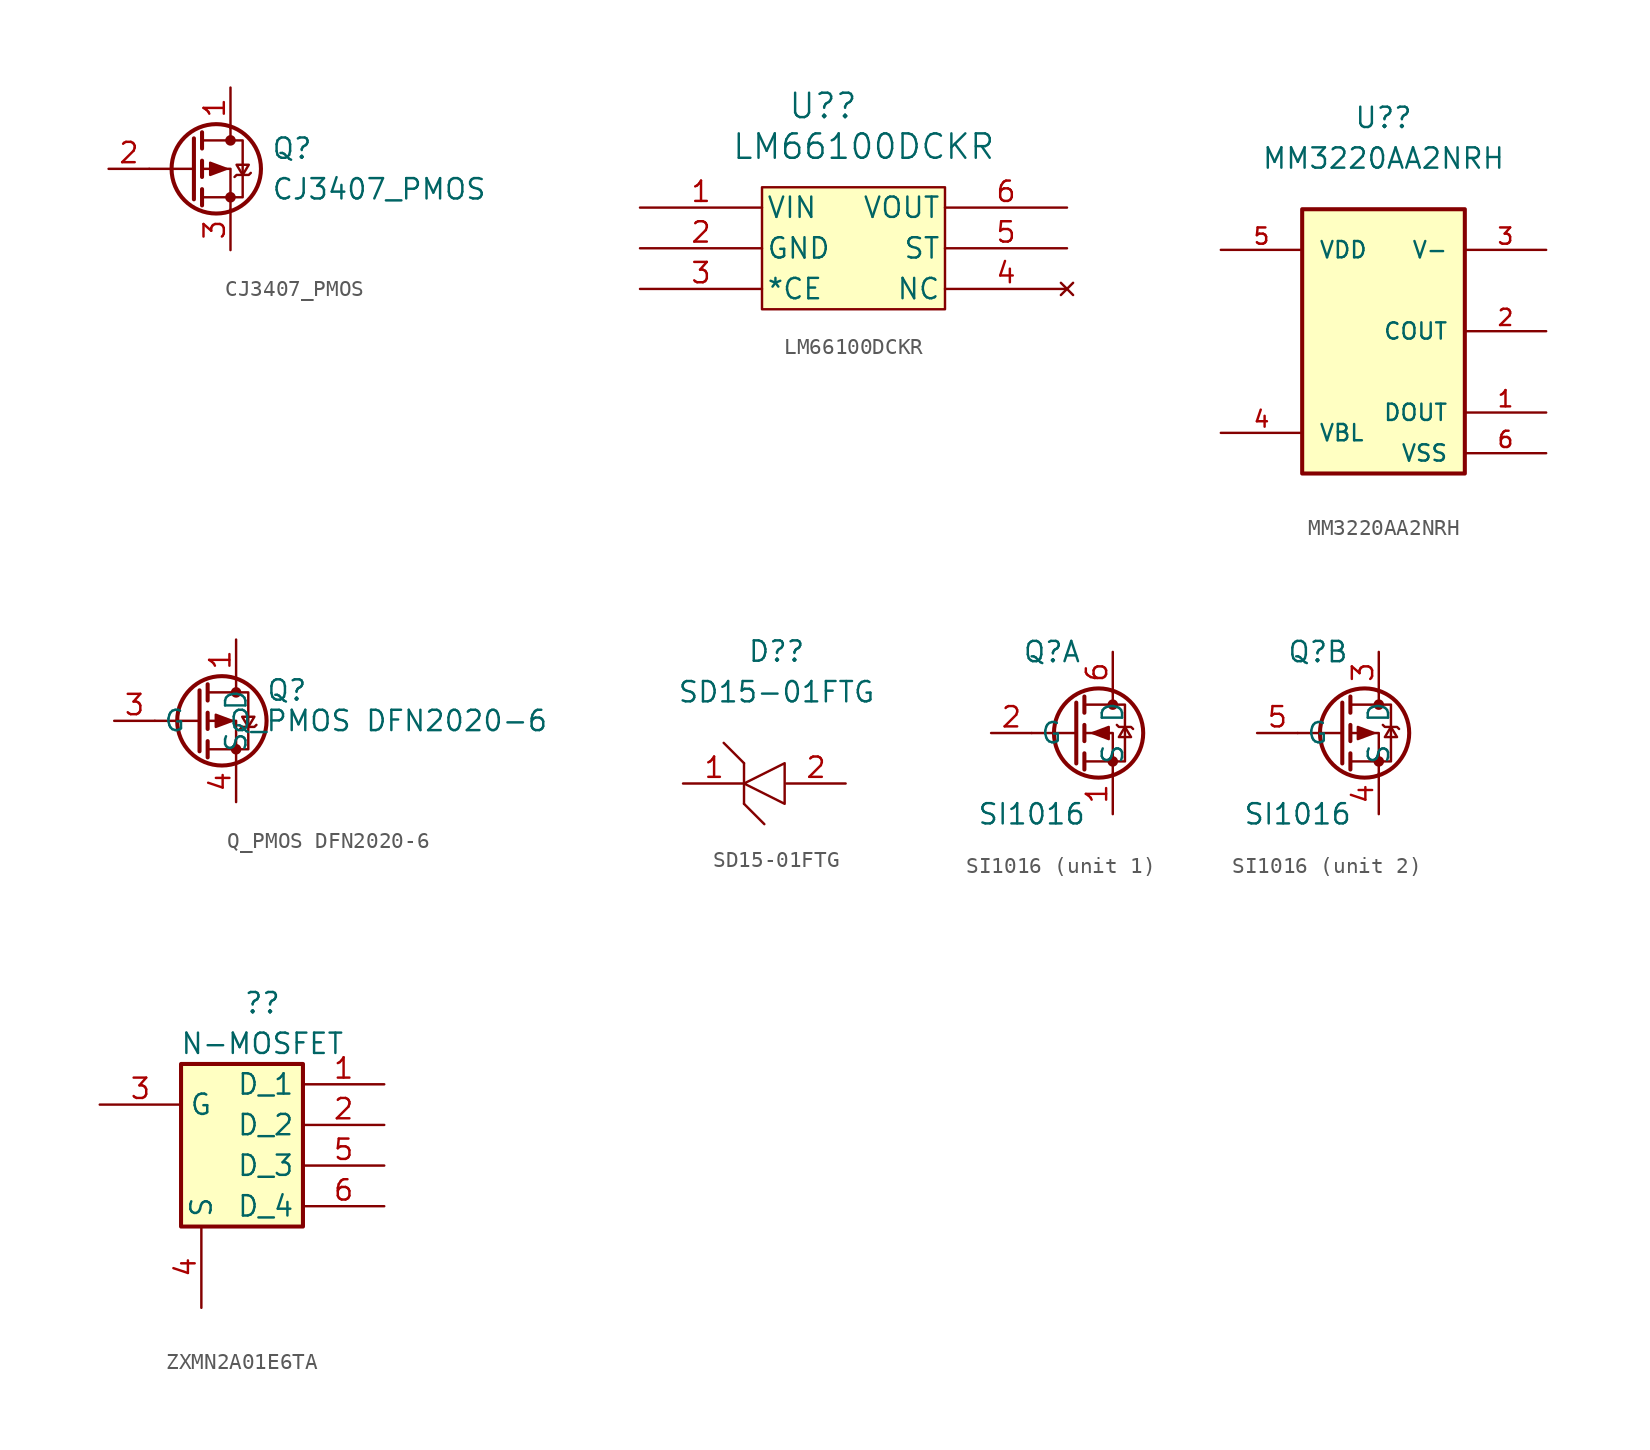
<source format=kicad_sym>
(kicad_symbol_lib
  (version 20211014)
  (generator kicad_symbol_editor)
  (symbol "CJ3407_PMOS"
    (pin_names
      (offset 0) hide)
    (property "Reference" "Q"
      (at 5.08 1.27 0)
      (effects (font (size 1.27 1.27)) (justify left)))
    (property "Value" "CJ3407_PMOS"
      (at 5.08 -1.27 0)
      (effects (font (size 1.27 1.27)) (justify left)))
    (symbol "CJ3407_PMOS_0_1"
      (polyline (pts (xy 0.254 0) (xy -2.54 0)) (stroke (width 0) (type default) (color 0 0 0 0)) (fill (type none)))
      (polyline (pts (xy 0.254 1.905) (xy 0.254 -1.905)) (stroke (width 0.254) (type default) (color 0 0 0 0)) (fill (type none)))
      (polyline (pts (xy 0.762 -1.27) (xy 0.762 -2.286)) (stroke (width 0.254) (type default) (color 0 0 0 0)) (fill (type none)))
      (polyline (pts (xy 0.762 0.508) (xy 0.762 -0.508)) (stroke (width 0.254) (type default) (color 0 0 0 0)) (fill (type none)))
      (polyline (pts (xy 0.762 2.286) (xy 0.762 1.27)) (stroke (width 0.254) (type default) (color 0 0 0 0)) (fill (type none)))
      (polyline (pts (xy 2.54 2.54) (xy 2.54 1.778)) (stroke (width 0) (type default) (color 0 0 0 0)) (fill (type none)))
      (polyline (pts (xy 2.54 -2.54) (xy 2.54 0) (xy 0.762 0)) (stroke (width 0) (type default) (color 0 0 0 0)) (fill (type none)))
      (polyline (pts (xy 0.762 1.778) (xy 3.302 1.778) (xy 3.302 -1.778) (xy 0.762 -1.778)) (stroke (width 0) (type default) (color 0 0 0 0)) (fill (type none)))
      (polyline (pts (xy 2.286 0) (xy 1.27 0.381) (xy 1.27 -0.381) (xy 2.286 0)) (stroke (width 0) (type default) (color 0 0 0 0)) (fill (type outline)))
      (polyline (pts (xy 2.794 -0.508) (xy 2.921 -0.381) (xy 3.683 -0.381) (xy 3.81 -0.254)) (stroke (width 0) (type default) (color 0 0 0 0)) (fill (type none)))
      (polyline (pts (xy 3.302 -0.381) (xy 2.921 0.254) (xy 3.683 0.254) (xy 3.302 -0.381)) (stroke (width 0) (type default) (color 0 0 0 0)) (fill (type none)))
      (circle (center 1.651 0) (radius 2.794) (stroke (width 0.254) (type default) (color 0 0 0 0)) (fill (type none)))
      (circle (center 2.54 -1.778) (radius 0.254) (stroke (width 0) (type default) (color 0 0 0 0)) (fill (type outline)))
      (circle (center 2.54 1.778) (radius 0.254) (stroke (width 0) (type default) (color 0 0 0 0)) (fill (type outline))))
    (symbol "CJ3407_PMOS_1_1"
      (pin passive line (at 2.54 5.08 270) (length 2.54) (name "D" (effects (font (size 1.27 1.27)))) (number "1" (effects (font (size 1.27 1.27)))))
      (pin input line (at -5.08 0 0) (length 2.54) (name "G" (effects (font (size 1.27 1.27)))) (number "2" (effects (font (size 1.27 1.27)))))
      (pin passive line (at 2.54 -5.08 90) (length 2.54) (name "S" (effects (font (size 1.27 1.27)))) (number "3" (effects (font (size 1.27 1.27)))))))
  (symbol "LM66100DCKR"
    (pin_names
      (offset 0.254))
    (property "Reference" "U?"
      (at -2.54 8.89 0)
      (effects (font (size 1.524 1.524))))
    (property "Value" "LM66100DCKR"
      (at 0 6.35 0)
      (effects (font (size 1.524 1.524))))
    (property "ki_locked" ""
      (at 0 0 0)
      (effects (font (size 1.27 1.27))))
    (symbol "LM66100DCKR_0_1"
      (rectangle (start -6.35 3.81) (end 5.08 -3.81) (stroke (width 0) (type default) (color 0 0 0 0)) (fill (type background)))
      (pin input line (at -13.97 2.54 0) (length 7.62) (name "VIN" (effects (font (size 1.27 1.27)))) (number "1" (effects (font (size 1.27 1.27)))))
      (pin power_in line (at -13.97 0 0) (length 7.62) (name "GND" (effects (font (size 1.27 1.27)))) (number "2" (effects (font (size 1.27 1.27)))))
      (pin input line (at -13.97 -2.54 0) (length 7.62) (name "*CE" (effects (font (size 1.27 1.27)))) (number "3" (effects (font (size 1.27 1.27)))))
      (pin no_connect line (at 12.7 -2.54 180) (length 7.62) (name "NC" (effects (font (size 1.27 1.27)))) (number "4" (effects (font (size 1.27 1.27)))))
      (pin output line (at 12.7 0 180) (length 7.62) (name "ST" (effects (font (size 1.27 1.27)))) (number "5" (effects (font (size 1.27 1.27)))))
      (pin output line (at 12.7 2.54 180) (length 7.62) (name "VOUT" (effects (font (size 1.27 1.27)))) (number "6" (effects (font (size 1.27 1.27)))))))
  (symbol "MM3220AA2NRH"
    (pin_names
      (offset 1.016))
    (property "Reference" "U?"
      (at 0 13.335 0)
      (effects (font (size 1.27 1.27))))
    (property "Value" "MM3220AA2NRH"
      (at 0 10.795 0)
      (effects (font (size 1.27 1.27))))
    (symbol "MM3220AA2NRH_0_0"
      (rectangle (start -5.08 7.62) (end 5.08 -8.89) (stroke (width 0.254) (type default) (color 0 0 0 0)) (fill (type background)))
      (pin output line (at 10.16 -5.08 180) (length 5.08) (name "DOUT" (effects (font (size 1.016 1.016)))) (number "1" (effects (font (size 1.016 1.016)))))
      (pin output line (at 10.16 0 180) (length 5.08) (name "COUT" (effects (font (size 1.016 1.016)))) (number "2" (effects (font (size 1.016 1.016)))))
      (pin input line (at 10.16 5.08 180) (length 5.08) (name "V-" (effects (font (size 1.016 1.016)))) (number "3" (effects (font (size 1.016 1.016)))))
      (pin input line (at -10.16 -6.35 0) (length 5.08) (name "VBL" (effects (font (size 1.016 1.016)))) (number "4" (effects (font (size 1.016 1.016)))))
      (pin power_in line (at -10.16 5.08 0) (length 5.08) (name "VDD" (effects (font (size 1.016 1.016)))) (number "5" (effects (font (size 1.016 1.016)))))
      (pin power_in line (at 10.16 -7.62 180) (length 5.08) (name "VSS" (effects (font (size 1.016 1.016)))) (number "6" (effects (font (size 1.016 1.016)))))))
  (symbol "Q_PMOS DFN2020-6"
    (property "Reference" "Q"
      (at 3.175 1.905 0)
      (effects (font (size 1.27 1.27))))
    (property "Value" "Q_PMOS DFN2020-6"
      (at 9.525 0 0)
      (effects (font (size 1.27 1.27))))
    (symbol "Q_PMOS DFN2020-6_0_1"
      (circle (center -0.889 0) (radius 2.794) (stroke (width 0.254) (type default) (color 0 0 0 0)) (fill (type none)))
      (circle (center 0 -1.778) (radius 0.254) (stroke (width 0) (type default) (color 0 0 0 0)) (fill (type outline)))
      (polyline (pts (xy -2.286 0) (xy -5.08 0)) (stroke (width 0) (type default) (color 0 0 0 0)) (fill (type none)))
      (polyline (pts (xy -2.286 1.905) (xy -2.286 -1.905)) (stroke (width 0.254) (type default) (color 0 0 0 0)) (fill (type none)))
      (polyline (pts (xy -1.778 -1.27) (xy -1.778 -2.286)) (stroke (width 0.254) (type default) (color 0 0 0 0)) (fill (type none)))
      (polyline (pts (xy -1.778 0.508) (xy -1.778 -0.508)) (stroke (width 0.254) (type default) (color 0 0 0 0)) (fill (type none)))
      (polyline (pts (xy -1.778 2.286) (xy -1.778 1.27)) (stroke (width 0.254) (type default) (color 0 0 0 0)) (fill (type none)))
      (polyline (pts (xy 0 2.54) (xy 0 1.778)) (stroke (width 0) (type default) (color 0 0 0 0)) (fill (type none)))
      (polyline (pts (xy 0 -2.54) (xy 0 0) (xy -1.778 0)) (stroke (width 0) (type default) (color 0 0 0 0)) (fill (type none)))
      (polyline (pts (xy -1.778 1.778) (xy 0.762 1.778) (xy 0.762 -1.778) (xy -1.778 -1.778)) (stroke (width 0) (type default) (color 0 0 0 0)) (fill (type none)))
      (polyline (pts (xy -0.254 0) (xy -1.27 0.381) (xy -1.27 -0.381) (xy -0.254 0)) (stroke (width 0) (type default) (color 0 0 0 0)) (fill (type outline)))
      (polyline (pts (xy 0.254 -0.508) (xy 0.381 -0.381) (xy 1.143 -0.381) (xy 1.27 -0.254)) (stroke (width 0) (type default) (color 0 0 0 0)) (fill (type none)))
      (polyline (pts (xy 0.762 -0.381) (xy 0.381 0.254) (xy 1.143 0.254) (xy 0.762 -0.381)) (stroke (width 0) (type default) (color 0 0 0 0)) (fill (type none)))
      (circle (center 0 1.778) (radius 0.254) (stroke (width 0) (type default) (color 0 0 0 0)) (fill (type outline))))
    (symbol "Q_PMOS DFN2020-6_1_1"
      (pin passive line (at 0 5.08 270) (length 2.54) (name "D" (effects (font (size 1.27 1.27)))) (number "1" (effects (font (size 1.27 1.27)))))
      (pin passive line (at 0 5.08 270) (length 2.54) hide (name "D" (effects (font (size 1.27 1.27)))) (number "2" (effects (font (size 1.27 1.27)))))
      (pin input line (at -7.62 0 0) (length 2.54) (name "G" (effects (font (size 1.27 1.27)))) (number "3" (effects (font (size 1.27 1.27)))))
      (pin passive line (at 0 -5.08 90) (length 2.54) (name "S" (effects (font (size 1.27 1.27)))) (number "4" (effects (font (size 1.27 1.27)))))
      (pin passive line (at 0 5.08 270) (length 2.54) hide (name "D" (effects (font (size 1.27 1.27)))) (number "5" (effects (font (size 1.27 1.27)))))
      (pin passive line (at 0 5.08 270) (length 2.54) hide (name "D" (effects (font (size 1.27 1.27)))) (number "6" (effects (font (size 1.27 1.27)))))
      (pin passive line (at 0 5.08 270) (length 2.54) hide (name "D" (effects (font (size 1.27 1.27)))) (number "7" (effects (font (size 1.27 1.27)))))
      (pin passive line (at 0 -5.08 90) (length 2.54) hide (name "S" (effects (font (size 1.27 1.27)))) (number "8" (effects (font (size 1.27 1.27)))))))
  (symbol "SD15-01FTG"
    (pin_names
      (offset 0.762))
    (property "Reference" "D?"
      (at -0.508 8.255 0)
      (effects (font (size 1.27 1.27))))
    (property "Value" "SD15-01FTG"
      (at -0.508 5.715 0)
      (effects (font (size 1.27 1.27))))
    (symbol "SD15-01FTG_0_0"
      (pin passive line (at -6.35 0 0) (length 3.88) (name "~" (effects (font (size 1.27 1.27)))) (number "1" (effects (font (size 1.27 1.27)))))
      (pin passive line (at 3.81 0 180) (length 3.7) (name "~" (effects (font (size 1.27 1.27)))) (number "2" (effects (font (size 1.27 1.27))))))
    (symbol "SD15-01FTG_0_1"
      (polyline (pts (xy -3.81 2.54) (xy -2.54 1.27)) (stroke (width 0.152) (type default) (color 0 0 0 0)) (fill (type none)))
      (polyline (pts (xy -2.54 -1.27) (xy -2.54 1.27)) (stroke (width 0.152) (type default) (color 0 0 0 0)) (fill (type none)))
      (polyline (pts (xy -2.54 -1.27) (xy -1.27 -2.54)) (stroke (width 0.152) (type default) (color 0 0 0 0)) (fill (type none)))
      (polyline (pts (xy -2.54 0) (xy 0 1.27) (xy 0 -1.27) (xy -2.54 0)) (stroke (width 0.152) (type default) (color 0 0 0 0)) (fill (type none)))))
  (symbol "SI1016"
    (property "Reference" "Q"
      (at -3.81 5.08 0)
      (effects (font (size 1.27 1.27))))
    (property "Value" "SI1016"
      (at -5.08 -5.08 0)
      (effects (font (size 1.27 1.27))))
    (property "ki_locked" ""
      (at 0 0 0)
      (effects (font (size 1.27 1.27))))
    (symbol "SI1016_0_1"
      (circle (center -0.889 0) (radius 2.794) (stroke (width 0.254) (type default) (color 0 0 0 0)) (fill (type none)))
      (circle (center 0 -1.778) (radius 0.254) (stroke (width 0) (type default) (color 0 0 0 0)) (fill (type outline)))
      (polyline (pts (xy -2.286 0) (xy -5.08 0)) (stroke (width 0) (type default) (color 0 0 0 0)) (fill (type none)))
      (polyline (pts (xy -2.286 1.905) (xy -2.286 -1.905)) (stroke (width 0.254) (type default) (color 0 0 0 0)) (fill (type none)))
      (polyline (pts (xy -1.778 -1.27) (xy -1.778 -2.286)) (stroke (width 0.254) (type default) (color 0 0 0 0)) (fill (type none)))
      (polyline (pts (xy -1.778 0.508) (xy -1.778 -0.508)) (stroke (width 0.254) (type default) (color 0 0 0 0)) (fill (type none)))
      (polyline (pts (xy -1.778 2.286) (xy -1.778 1.27)) (stroke (width 0.254) (type default) (color 0 0 0 0)) (fill (type none)))
      (polyline (pts (xy 0 2.54) (xy 0 1.778)) (stroke (width 0) (type default) (color 0 0 0 0)) (fill (type none)))
      (polyline (pts (xy 0 -2.54) (xy 0 0) (xy -1.778 0)) (stroke (width 0) (type default) (color 0 0 0 0)) (fill (type none)))
      (polyline (pts (xy -1.778 -1.778) (xy 0.762 -1.778) (xy 0.762 1.778) (xy -1.778 1.778)) (stroke (width 0) (type default) (color 0 0 0 0)) (fill (type none)))
      (polyline (pts (xy 0.254 0.508) (xy 0.381 0.381) (xy 1.143 0.381) (xy 1.27 0.254)) (stroke (width 0) (type default) (color 0 0 0 0)) (fill (type none)))
      (polyline (pts (xy 0.762 0.381) (xy 0.381 -0.254) (xy 1.143 -0.254) (xy 0.762 0.381)) (stroke (width 0) (type default) (color 0 0 0 0)) (fill (type none)))
      (circle (center 0 1.778) (radius 0.254) (stroke (width 0) (type default) (color 0 0 0 0)) (fill (type outline))))
    (symbol "SI1016_1_1"
      (polyline (pts (xy -1.27 0) (xy -0.254 0.381) (xy -0.254 -0.381) (xy -1.27 0)) (stroke (width 0) (type default) (color 0 0 0 0)) (fill (type outline)))
      (pin passive line (at 0 -5.08 90) (length 2.54) (name "S" (effects (font (size 1.27 1.27)))) (number "1" (effects (font (size 1.27 1.27)))))
      (pin input line (at -7.62 0 0) (length 2.54) (name "G" (effects (font (size 1.27 1.27)))) (number "2" (effects (font (size 1.27 1.27)))))
      (pin passive line (at 0 5.08 270) (length 2.54) (name "D" (effects (font (size 1.27 1.27)))) (number "6" (effects (font (size 1.27 1.27))))))
    (symbol "SI1016_2_1"
      (polyline (pts (xy -0.296 0) (xy -1.312 -0.381) (xy -1.312 0.381) (xy -0.296 0)) (stroke (width 0) (type default) (color 0 0 0 0)) (fill (type outline)))
      (pin input line (at 0 5.08 270) (length 2.54) (name "D" (effects (font (size 1.27 1.27)))) (number "3" (effects (font (size 1.27 1.27)))))
      (pin input line (at 0 -5.08 90) (length 2.54) (name "S" (effects (font (size 1.27 1.27)))) (number "4" (effects (font (size 1.27 1.27)))))
      (pin input line (at -7.62 0 0) (length 2.54) (name "G" (effects (font (size 1.27 1.27)))) (number "5" (effects (font (size 1.27 1.27)))))))
  (symbol "ZXMN2A01E6TA"
    (property "Reference" "?"
      (at 0 10.16 0)
      (effects (font (size 1.27 1.27))))
    (property "Value" "N-MOSFET"
      (at 0 7.62 0)
      (effects (font (size 1.27 1.27))))
    (symbol "ZXMN2A01E6TA_1_1"
      (rectangle (start -5.08 6.35) (end 2.54 -3.81) (stroke (width 0.254) (type default) (color 0 0 0 0)) (fill (type background)))
      (pin passive line (at 7.62 5.08 180) (length 5.08) (name "D_1" (effects (font (size 1.27 1.27)))) (number "1" (effects (font (size 1.27 1.27)))))
      (pin passive line (at 7.62 2.54 180) (length 5.08) (name "D_2" (effects (font (size 1.27 1.27)))) (number "2" (effects (font (size 1.27 1.27)))))
      (pin passive line (at -10.16 3.81 0) (length 5.08) (name "G" (effects (font (size 1.27 1.27)))) (number "3" (effects (font (size 1.27 1.27)))))
      (pin passive line (at -3.81 -8.89 90) (length 5.08) (name "S" (effects (font (size 1.27 1.27)))) (number "4" (effects (font (size 1.27 1.27)))))
      (pin passive line (at 7.62 0 180) (length 5.08) (name "D_3" (effects (font (size 1.27 1.27)))) (number "5" (effects (font (size 1.27 1.27)))))
      (pin passive line (at 7.62 -2.54 180) (length 5.08) (name "D_4" (effects (font (size 1.27 1.27)))) (number "6" (effects (font (size 1.27 1.27))))))))
</source>
